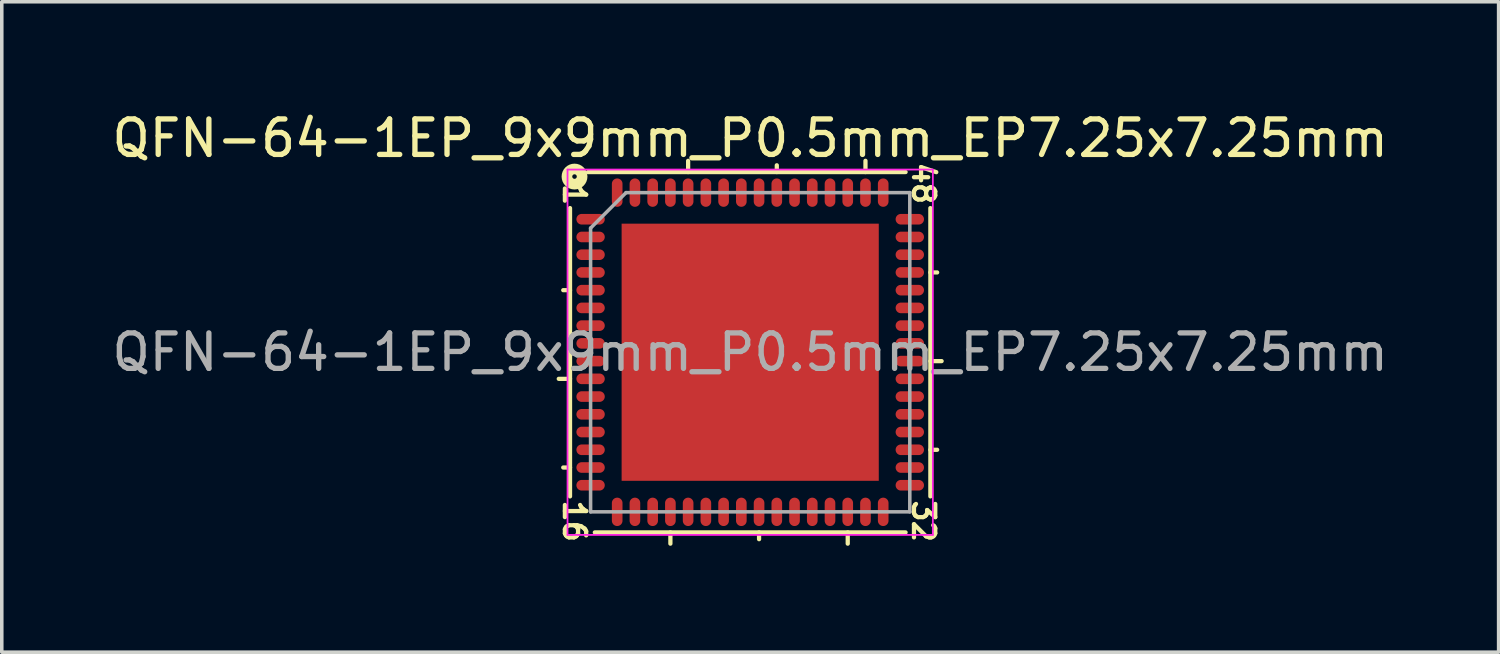
<source format=kicad_pcb>
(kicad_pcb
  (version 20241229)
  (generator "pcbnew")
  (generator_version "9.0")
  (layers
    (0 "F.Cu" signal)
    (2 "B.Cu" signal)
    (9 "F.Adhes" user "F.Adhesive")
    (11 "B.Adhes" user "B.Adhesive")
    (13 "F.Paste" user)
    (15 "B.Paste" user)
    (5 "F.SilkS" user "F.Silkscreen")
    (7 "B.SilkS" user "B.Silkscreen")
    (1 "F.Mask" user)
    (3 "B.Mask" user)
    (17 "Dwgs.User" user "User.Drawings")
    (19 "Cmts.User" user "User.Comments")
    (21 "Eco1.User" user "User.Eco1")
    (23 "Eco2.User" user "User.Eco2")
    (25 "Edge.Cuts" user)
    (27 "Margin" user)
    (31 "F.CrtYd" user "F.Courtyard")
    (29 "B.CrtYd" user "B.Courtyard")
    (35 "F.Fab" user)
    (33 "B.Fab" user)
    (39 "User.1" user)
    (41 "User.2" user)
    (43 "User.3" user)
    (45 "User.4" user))
  (footprint "QFN-64-1EP_9x9mm_P0.5mm_EP7.25x7.25mm"
    (layer "F.Cu")
    (at 18.101 6.881)
    (property "Reference" "QFN-64-1EP_9x9mm_P0.5mm_EP7.25x7.25mm" (at 0 -6.032 0) (layer "F.SilkS") (effects (font (size 1 1) (thickness 0.15))))
    (attr smd)
    (fp_line (start -5.08 -4.064) (end -5.08 4.064) (stroke (width 0.12) (type solid)) (layer "F.SilkS"))
    (fp_line (start -5.08 -1.75) (end -5.271 -1.75) (stroke (width 0.12) (type solid)) (layer "F.SilkS"))
    (fp_line (start -5.08 0.75) (end -5.397 0.75) (stroke (width 0.12) (type solid)) (layer "F.SilkS"))
    (fp_line (start -5.08 3.25) (end -5.271 3.25) (stroke (width 0.12) (type solid)) (layer "F.SilkS"))
    (fp_line (start -4.381 5.08) (end 4.381 5.08) (stroke (width 0.12) (type solid)) (layer "F.SilkS"))
    (fp_line (start -2.25 5.08) (end -2.25 5.397) (stroke (width 0.12) (type solid)) (layer "F.SilkS"))
    (fp_line (start -1.75 -5.08) (end -1.75 -5.397) (stroke (width 0.12) (type solid)) (layer "F.SilkS"))
    (fp_line (start 0.25 5.08) (end 0.25 5.271) (stroke (width 0.12) (type solid)) (layer "F.SilkS"))
    (fp_line (start 0.75 -5.08) (end 0.75 -5.271) (stroke (width 0.12) (type solid)) (layer "F.SilkS"))
    (fp_line (start 2.75 5.08) (end 2.75 5.397) (stroke (width 0.12) (type solid)) (layer "F.SilkS"))
    (fp_line (start 3.25 -5.08) (end 3.25 -5.397) (stroke (width 0.12) (type solid)) (layer "F.SilkS"))
    (fp_line (start 4.381 -5.08) (end -4.572 -5.08) (stroke (width 0.12) (type solid)) (layer "F.SilkS"))
    (fp_line (start 5.08 -2.25) (end 5.271 -2.25) (stroke (width 0.12) (type solid)) (layer "F.SilkS"))
    (fp_line (start 5.08 0.25) (end 5.397 0.25) (stroke (width 0.12) (type solid)) (layer "F.SilkS"))
    (fp_line (start 5.08 2.75) (end 5.271 2.75) (stroke (width 0.12) (type solid)) (layer "F.SilkS"))
    (fp_line (start 5.08 4.064) (end 5.08 -4.064) (stroke (width 0.12) (type solid)) (layer "F.SilkS"))
    (fp_circle (center -4.953 -4.953) (end -4.889 -4.953) (stroke (width 0.3) (type solid)) (fill no) (layer "F.SilkS"))
    (fp_line (start -5.15 -5.15) (end -5.15 5.15) (stroke (width 0.05) (type solid)) (layer "F.CrtYd"))
    (fp_line (start -5.15 -5.15) (end 5.15 -5.15) (stroke (width 0.05) (type solid)) (layer "F.CrtYd"))
    (fp_line (start -5.15 5.15) (end 5.15 5.15) (stroke (width 0.05) (type solid)) (layer "F.CrtYd"))
    (fp_line (start 5.15 -5.15) (end 5.15 5.15) (stroke (width 0.05) (type solid)) (layer "F.CrtYd"))
    (fp_line (start -4.5 -3.5) (end -3.5 -4.5) (stroke (width 0.1) (type solid)) (layer "F.Fab"))
    (fp_line (start -4.5 4.5) (end -4.5 -3.5) (stroke (width 0.1) (type solid)) (layer "F.Fab"))
    (fp_line (start -3.5 -4.5) (end 4.5 -4.5) (stroke (width 0.1) (type solid)) (layer "F.Fab"))
    (fp_line (start 4.5 -4.5) (end 4.5 4.5) (stroke (width 0.1) (type solid)) (layer "F.Fab"))
    (fp_line (start 4.5 4.5) (end -4.5 4.5) (stroke (width 0.1) (type solid)) (layer "F.Fab"))
    (fp_text user "1" (at -4.953 -4.445 270) (unlocked yes) (layer "F.SilkS") (effects (font (size 0.6 0.6) (thickness 0.12))))
    (fp_text user "16" (at -4.953 4.763 270) (unlocked yes) (layer "F.SilkS") (effects (font (size 0.6 0.6) (thickness 0.12))))
    (fp_text user "32" (at 4.889 4.763 270) (unlocked yes) (layer "F.SilkS") (effects (font (size 0.6 0.6) (thickness 0.12))))
    (fp_text user "48" (at 4.889 -4.763 270) (unlocked yes) (layer "F.SilkS") (effects (font (size 0.6 0.6) (thickness 0.12))))
    (fp_text user "${REFERENCE}" (at 0 0 0) (layer "F.Fab") (effects (font (size 1 1) (thickness 0.15))))
    (pad "" smd rect (at -2.8 -2.8) (size 1.19 1.19) (layers "F.Paste"))
    (pad "" smd rect (at -2.8 -1.4) (size 1.19 1.19) (layers "F.Paste"))
    (pad "" smd rect (at -2.8 0) (size 1.19 1.19) (layers "F.Paste"))
    (pad "" smd rect (at -2.8 1.4) (size 1.19 1.19) (layers "F.Paste"))
    (pad "" smd rect (at -2.8 2.8) (size 1.19 1.19) (layers "F.Paste"))
    (pad "" smd rect (at -1.4 -2.8) (size 1.19 1.19) (layers "F.Paste"))
    (pad "" smd rect (at -1.4 -1.4) (size 1.19 1.19) (layers "F.Paste"))
    (pad "" smd rect (at -1.4 0) (size 1.19 1.19) (layers "F.Paste"))
    (pad "" smd rect (at -1.4 1.4) (size 1.19 1.19) (layers "F.Paste"))
    (pad "" smd rect (at -1.4 2.8) (size 1.19 1.19) (layers "F.Paste"))
    (pad "" smd rect (at 0 -2.8) (size 1.19 1.19) (layers "F.Paste"))
    (pad "" smd rect (at 0 -1.4) (size 1.19 1.19) (layers "F.Paste"))
    (pad "" smd rect (at 0 0) (size 1.19 1.19) (layers "F.Paste"))
    (pad "" smd rect (at 0 1.4) (size 1.19 1.19) (layers "F.Paste"))
    (pad "" smd rect (at 0 2.8) (size 1.19 1.19) (layers "F.Paste"))
    (pad "" smd rect (at 1.4 -2.8) (size 1.19 1.19) (layers "F.Paste"))
    (pad "" smd rect (at 1.4 -1.4) (size 1.19 1.19) (layers "F.Paste"))
    (pad "" smd rect (at 1.4 0) (size 1.19 1.19) (layers "F.Paste"))
    (pad "" smd rect (at 1.4 1.4) (size 1.19 1.19) (layers "F.Paste"))
    (pad "" smd rect (at 1.4 2.8) (size 1.19 1.19) (layers "F.Paste"))
    (pad "" smd rect (at 2.8 -2.8) (size 1.19 1.19) (layers "F.Paste"))
    (pad "" smd rect (at 2.8 -1.4) (size 1.19 1.19) (layers "F.Paste"))
    (pad "" smd rect (at 2.8 0) (size 1.19 1.19) (layers "F.Paste"))
    (pad "" smd rect (at 2.8 1.4) (size 1.19 1.19) (layers "F.Paste"))
    (pad "" smd rect (at 2.8 2.8) (size 1.19 1.19) (layers "F.Paste"))
    (pad "1" smd oval (at -4.5 -3.75) (size 0.8 0.3) (layers "F.Cu" "F.Mask" "F.Paste"))
    (pad "2" smd oval (at -4.5 -3.25) (size 0.8 0.3) (layers "F.Cu" "F.Mask" "F.Paste"))
    (pad "3" smd oval (at -4.5 -2.75) (size 0.8 0.3) (layers "F.Cu" "F.Mask" "F.Paste"))
    (pad "4" smd oval (at -4.5 -2.25) (size 0.8 0.3) (layers "F.Cu" "F.Mask" "F.Paste"))
    (pad "5" smd oval (at -4.5 -1.75) (size 0.8 0.3) (layers "F.Cu" "F.Mask" "F.Paste"))
    (pad "6" smd oval (at -4.5 -1.25) (size 0.8 0.3) (layers "F.Cu" "F.Mask" "F.Paste"))
    (pad "7" smd oval (at -4.5 -0.75) (size 0.8 0.3) (layers "F.Cu" "F.Mask" "F.Paste"))
    (pad "8" smd oval (at -4.5 -0.25) (size 0.8 0.3) (layers "F.Cu" "F.Mask" "F.Paste"))
    (pad "9" smd oval (at -4.5 0.25) (size 0.8 0.3) (layers "F.Cu" "F.Mask" "F.Paste"))
    (pad "10" smd oval (at -4.5 0.75) (size 0.8 0.3) (layers "F.Cu" "F.Mask" "F.Paste"))
    (pad "11" smd oval (at -4.5 1.25) (size 0.8 0.3) (layers "F.Cu" "F.Mask" "F.Paste"))
    (pad "12" smd oval (at -4.5 1.75) (size 0.8 0.3) (layers "F.Cu" "F.Mask" "F.Paste"))
    (pad "13" smd oval (at -4.5 2.25) (size 0.8 0.3) (layers "F.Cu" "F.Mask" "F.Paste"))
    (pad "14" smd oval (at -4.5 2.75) (size 0.8 0.3) (layers "F.Cu" "F.Mask" "F.Paste"))
    (pad "15" smd oval (at -4.5 3.25) (size 0.8 0.3) (layers "F.Cu" "F.Mask" "F.Paste"))
    (pad "16" smd oval (at -4.5 3.75) (size 0.8 0.3) (layers "F.Cu" "F.Mask" "F.Paste"))
    (pad "17" smd oval (at -3.75 4.5 90) (size 0.8 0.3) (layers "F.Cu" "F.Mask" "F.Paste"))
    (pad "18" smd oval (at -3.25 4.5 90) (size 0.8 0.3) (layers "F.Cu" "F.Mask" "F.Paste"))
    (pad "19" smd oval (at -2.75 4.5 90) (size 0.8 0.3) (layers "F.Cu" "F.Mask" "F.Paste"))
    (pad "20" smd oval (at -2.25 4.5 90) (size 0.8 0.3) (layers "F.Cu" "F.Mask" "F.Paste"))
    (pad "21" smd oval (at -1.75 4.5 90) (size 0.8 0.3) (layers "F.Cu" "F.Mask" "F.Paste"))
    (pad "22" smd oval (at -1.25 4.5 90) (size 0.8 0.3) (layers "F.Cu" "F.Mask" "F.Paste"))
    (pad "23" smd oval (at -0.75 4.5 90) (size 0.8 0.3) (layers "F.Cu" "F.Mask" "F.Paste"))
    (pad "24" smd oval (at -0.25 4.5 90) (size 0.8 0.3) (layers "F.Cu" "F.Mask" "F.Paste"))
    (pad "25" smd oval (at 0.25 4.5 90) (size 0.8 0.3) (layers "F.Cu" "F.Mask" "F.Paste"))
    (pad "26" smd oval (at 0.75 4.5 90) (size 0.8 0.3) (layers "F.Cu" "F.Mask" "F.Paste"))
    (pad "27" smd oval (at 1.25 4.5 90) (size 0.8 0.3) (layers "F.Cu" "F.Mask" "F.Paste"))
    (pad "28" smd oval (at 1.75 4.5 90) (size 0.8 0.3) (layers "F.Cu" "F.Mask" "F.Paste"))
    (pad "29" smd oval (at 2.25 4.5 90) (size 0.8 0.3) (layers "F.Cu" "F.Mask" "F.Paste"))
    (pad "30" smd oval (at 2.75 4.5 90) (size 0.8 0.3) (layers "F.Cu" "F.Mask" "F.Paste"))
    (pad "31" smd oval (at 3.25 4.5 90) (size 0.8 0.3) (layers "F.Cu" "F.Mask" "F.Paste"))
    (pad "32" smd oval (at 3.75 4.5 90) (size 0.8 0.3) (layers "F.Cu" "F.Mask" "F.Paste"))
    (pad "33" smd oval (at 4.5 3.75) (size 0.8 0.3) (layers "F.Cu" "F.Mask" "F.Paste"))
    (pad "34" smd oval (at 4.5 3.25) (size 0.8 0.3) (layers "F.Cu" "F.Mask" "F.Paste"))
    (pad "35" smd oval (at 4.5 2.75) (size 0.8 0.3) (layers "F.Cu" "F.Mask" "F.Paste"))
    (pad "36" smd oval (at 4.5 2.25) (size 0.8 0.3) (layers "F.Cu" "F.Mask" "F.Paste"))
    (pad "37" smd oval (at 4.5 1.75) (size 0.8 0.3) (layers "F.Cu" "F.Mask" "F.Paste"))
    (pad "38" smd oval (at 4.5 1.25) (size 0.8 0.3) (layers "F.Cu" "F.Mask" "F.Paste"))
    (pad "39" smd oval (at 4.5 0.75) (size 0.8 0.3) (layers "F.Cu" "F.Mask" "F.Paste"))
    (pad "40" smd oval (at 4.5 0.25) (size 0.8 0.3) (layers "F.Cu" "F.Mask" "F.Paste"))
    (pad "41" smd oval (at 4.5 -0.25) (size 0.8 0.3) (layers "F.Cu" "F.Mask" "F.Paste"))
    (pad "42" smd oval (at 4.5 -0.75) (size 0.8 0.3) (layers "F.Cu" "F.Mask" "F.Paste"))
    (pad "43" smd oval (at 4.5 -1.25) (size 0.8 0.3) (layers "F.Cu" "F.Mask" "F.Paste"))
    (pad "44" smd oval (at 4.5 -1.75) (size 0.8 0.3) (layers "F.Cu" "F.Mask" "F.Paste"))
    (pad "45" smd oval (at 4.5 -2.25) (size 0.8 0.3) (layers "F.Cu" "F.Mask" "F.Paste"))
    (pad "46" smd oval (at 4.5 -2.75) (size 0.8 0.3) (layers "F.Cu" "F.Mask" "F.Paste"))
    (pad "47" smd oval (at 4.5 -3.25) (size 0.8 0.3) (layers "F.Cu" "F.Mask" "F.Paste"))
    (pad "48" smd oval (at 4.5 -3.75) (size 0.8 0.3) (layers "F.Cu" "F.Mask" "F.Paste"))
    (pad "49" smd oval (at 3.75 -4.5 90) (size 0.8 0.3) (layers "F.Cu" "F.Mask" "F.Paste"))
    (pad "50" smd oval (at 3.25 -4.5 90) (size 0.8 0.3) (layers "F.Cu" "F.Mask" "F.Paste"))
    (pad "51" smd oval (at 2.75 -4.5 90) (size 0.8 0.3) (layers "F.Cu" "F.Mask" "F.Paste"))
    (pad "52" smd oval (at 2.25 -4.5 90) (size 0.8 0.3) (layers "F.Cu" "F.Mask" "F.Paste"))
    (pad "53" smd oval (at 1.75 -4.5 90) (size 0.8 0.3) (layers "F.Cu" "F.Mask" "F.Paste"))
    (pad "54" smd oval (at 1.25 -4.5 90) (size 0.8 0.3) (layers "F.Cu" "F.Mask" "F.Paste"))
    (pad "55" smd oval (at 0.75 -4.5 90) (size 0.8 0.3) (layers "F.Cu" "F.Mask" "F.Paste"))
    (pad "56" smd oval (at 0.25 -4.5 90) (size 0.8 0.3) (layers "F.Cu" "F.Mask" "F.Paste"))
    (pad "57" smd oval (at -0.25 -4.5 90) (size 0.8 0.3) (layers "F.Cu" "F.Mask" "F.Paste"))
    (pad "58" smd oval (at -0.75 -4.5 90) (size 0.8 0.3) (layers "F.Cu" "F.Mask" "F.Paste"))
    (pad "59" smd oval (at -1.25 -4.5 90) (size 0.8 0.3) (layers "F.Cu" "F.Mask" "F.Paste"))
    (pad "60" smd oval (at -1.75 -4.5 90) (size 0.8 0.3) (layers "F.Cu" "F.Mask" "F.Paste"))
    (pad "61" smd oval (at -2.25 -4.5 90) (size 0.8 0.3) (layers "F.Cu" "F.Mask" "F.Paste"))
    (pad "62" smd oval (at -2.75 -4.5 90) (size 0.8 0.3) (layers "F.Cu" "F.Mask" "F.Paste"))
    (pad "63" smd oval (at -3.25 -4.5 90) (size 0.8 0.3) (layers "F.Cu" "F.Mask" "F.Paste"))
    (pad "64" smd oval (at -3.75 -4.5 90) (size 0.8 0.3) (layers "F.Cu" "F.Mask" "F.Paste"))
    (pad "65" smd rect (at 0 0) (size 7.25 7.25) (layers "F.Cu" "F.Mask")))
  (gr_rect
    (start -3 -3)
    (end 39.202 15.338)
    (stroke (width 0.1) (type default))
    (fill no)
    (layer "Edge.Cuts")))
</source>
